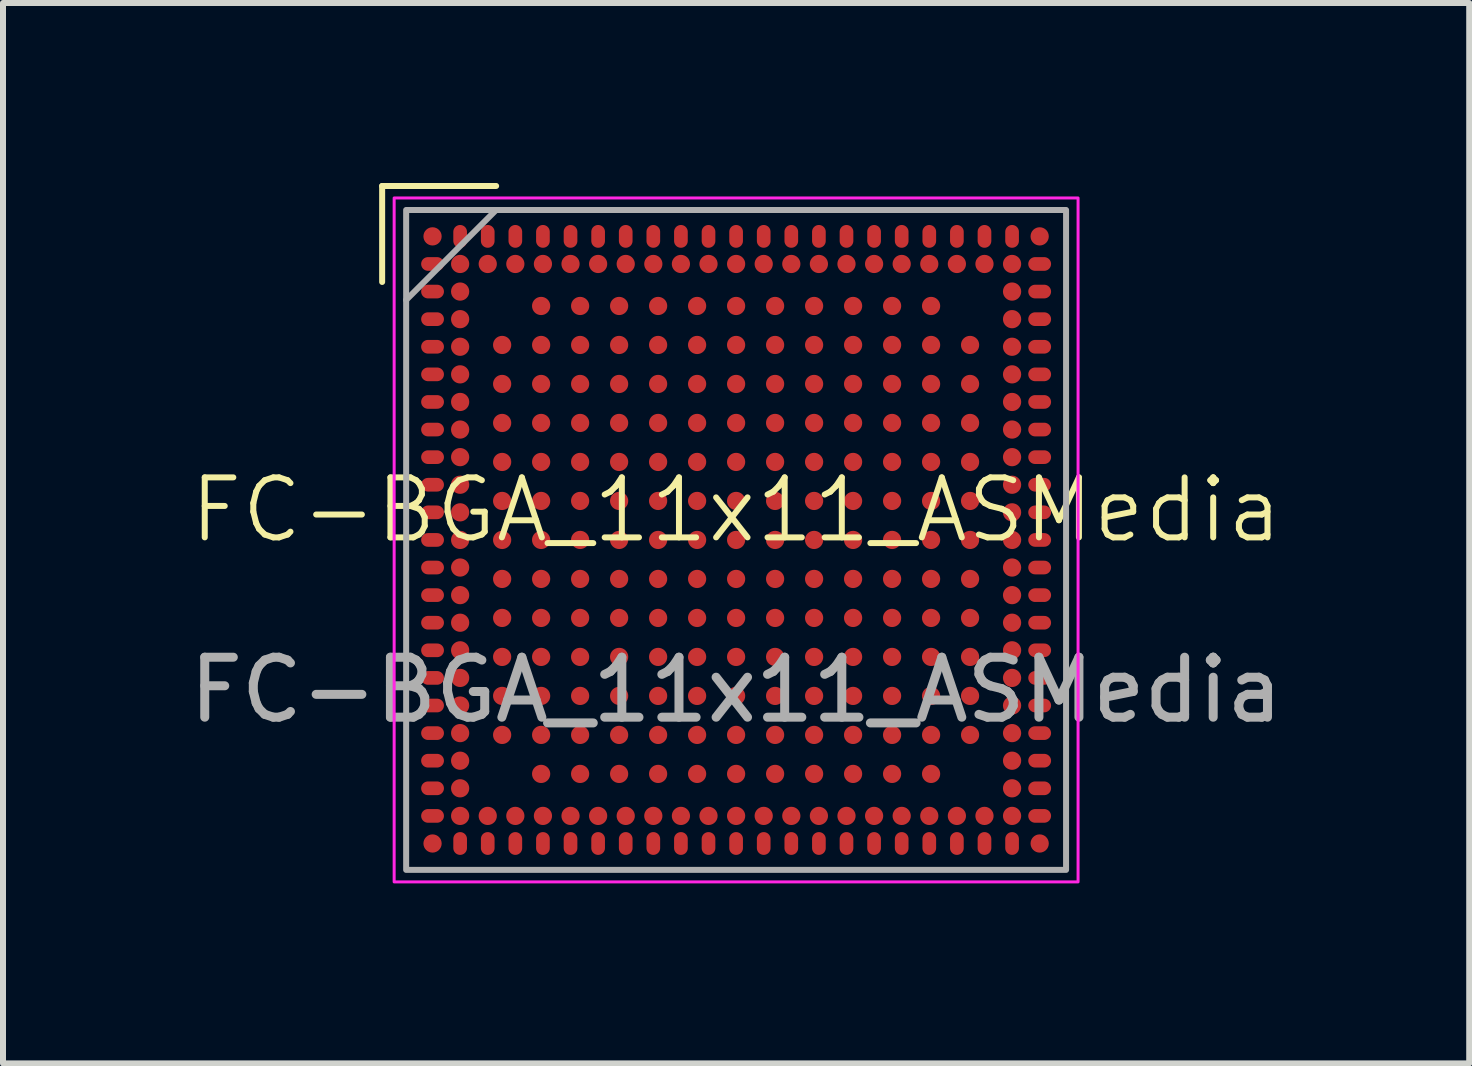
<source format=kicad_pcb>
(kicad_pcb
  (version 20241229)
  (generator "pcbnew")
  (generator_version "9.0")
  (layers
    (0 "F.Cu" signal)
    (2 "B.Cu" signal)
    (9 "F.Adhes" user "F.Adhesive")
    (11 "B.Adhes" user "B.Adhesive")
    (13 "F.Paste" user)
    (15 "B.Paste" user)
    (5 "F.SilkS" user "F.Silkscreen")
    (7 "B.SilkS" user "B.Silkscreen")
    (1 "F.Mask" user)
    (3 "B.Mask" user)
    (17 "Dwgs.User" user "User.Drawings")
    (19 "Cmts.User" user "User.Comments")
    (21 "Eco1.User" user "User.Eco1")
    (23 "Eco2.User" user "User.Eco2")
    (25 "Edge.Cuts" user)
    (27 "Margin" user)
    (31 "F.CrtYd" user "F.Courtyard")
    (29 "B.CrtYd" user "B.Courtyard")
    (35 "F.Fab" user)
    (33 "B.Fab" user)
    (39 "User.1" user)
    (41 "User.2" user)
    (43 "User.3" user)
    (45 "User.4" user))
  (footprint "FC-BGA_11x11_ASMedia"
    (layer "F.Cu")
    (at 9.22 5.95)
    (property "Reference" "FC-BGA_11x11_ASMedia" (at 0 -0.5 0) (unlocked yes) (layer "F.SilkS") (effects (font (size 1 1) (thickness 0.1))))
    (attr smd)
    (fp_line (start -5.9 -5.9) (end -5.9 -4.3) (stroke (width 0.1) (type default)) (layer "F.SilkS"))
    (fp_line (start -4 -5.9) (end -5.9 -5.9) (stroke (width 0.1) (type default)) (layer "F.SilkS"))
    (fp_rect (start -5.7 -5.7) (end 5.7 5.7) (stroke (width 0.05) (type default)) (fill no) (layer "F.CrtYd"))
    (fp_line (start -5.5 -4) (end -4 -5.5) (stroke (width 0.1) (type default)) (layer "F.Fab"))
    (fp_rect (start -5.5 -5.5) (end 5.5 5.5) (stroke (width 0.1) (type default)) (fill no) (layer "F.Fab"))
    (fp_text user "${REFERENCE}" (at 0 2.5 0) (unlocked yes) (layer "F.Fab") (effects (font (size 1 1) (thickness 0.15))))
    (pad "A1" smd circle (at -5.06 -5.06) (size 0.304 0.304) (layers "F.Cu" "F.Mask" "F.Paste"))
    (pad "A2" smd oval (at -4.6 -5.06) (size 0.228 0.38) (layers "F.Cu" "F.Mask" "F.Paste"))
    (pad "A3" smd oval (at -4.14 -5.06) (size 0.228 0.38) (layers "F.Cu" "F.Mask" "F.Paste"))
    (pad "A4" smd oval (at -3.68 -5.06) (size 0.228 0.38) (layers "F.Cu" "F.Mask" "F.Paste"))
    (pad "A5" smd oval (at -3.22 -5.06) (size 0.228 0.38) (layers "F.Cu" "F.Mask" "F.Paste"))
    (pad "A6" smd oval (at -2.76 -5.06) (size 0.228 0.38) (layers "F.Cu" "F.Mask" "F.Paste"))
    (pad "A7" smd oval (at -2.3 -5.06) (size 0.228 0.38) (layers "F.Cu" "F.Mask" "F.Paste"))
    (pad "A8" smd oval (at -1.84 -5.06) (size 0.228 0.38) (layers "F.Cu" "F.Mask" "F.Paste"))
    (pad "A9" smd oval (at -1.38 -5.06) (size 0.228 0.38) (layers "F.Cu" "F.Mask" "F.Paste"))
    (pad "A10" smd oval (at -0.92 -5.06) (size 0.228 0.38) (layers "F.Cu" "F.Mask" "F.Paste"))
    (pad "A11" smd oval (at -0.46 -5.06) (size 0.228 0.38) (layers "F.Cu" "F.Mask" "F.Paste"))
    (pad "A12" smd oval (at 0 -5.06) (size 0.228 0.38) (layers "F.Cu" "F.Mask" "F.Paste"))
    (pad "A13" smd oval (at 0.46 -5.06) (size 0.228 0.38) (layers "F.Cu" "F.Mask" "F.Paste"))
    (pad "A14" smd oval (at 0.92 -5.06) (size 0.228 0.38) (layers "F.Cu" "F.Mask" "F.Paste"))
    (pad "A15" smd oval (at 1.38 -5.06) (size 0.228 0.38) (layers "F.Cu" "F.Mask" "F.Paste"))
    (pad "A16" smd oval (at 1.84 -5.06) (size 0.228 0.38) (layers "F.Cu" "F.Mask" "F.Paste"))
    (pad "A17" smd oval (at 2.3 -5.06) (size 0.228 0.38) (layers "F.Cu" "F.Mask" "F.Paste"))
    (pad "A18" smd oval (at 2.76 -5.06) (size 0.228 0.38) (layers "F.Cu" "F.Mask" "F.Paste"))
    (pad "A19" smd oval (at 3.22 -5.06) (size 0.228 0.38) (layers "F.Cu" "F.Mask" "F.Paste"))
    (pad "A20" smd oval (at 3.68 -5.06) (size 0.228 0.38) (layers "F.Cu" "F.Mask" "F.Paste"))
    (pad "A21" smd oval (at 4.14 -5.06) (size 0.228 0.38) (layers "F.Cu" "F.Mask" "F.Paste"))
    (pad "A22" smd oval (at 4.6 -5.06) (size 0.228 0.38) (layers "F.Cu" "F.Mask" "F.Paste"))
    (pad "A23" smd circle (at 5.06 -5.06) (size 0.304 0.304) (layers "F.Cu" "F.Mask" "F.Paste"))
    (pad "AA1" smd oval (at -5.06 4.14) (size 0.38 0.228) (layers "F.Cu" "F.Mask" "F.Paste"))
    (pad "AA2" smd circle (at -4.6 4.14) (size 0.304 0.304) (layers "F.Cu" "F.Mask" "F.Paste"))
    (pad "AA22" smd circle (at 4.6 4.14) (size 0.304 0.304) (layers "F.Cu" "F.Mask" "F.Paste"))
    (pad "AA23" smd oval (at 5.06 4.14) (size 0.38 0.228) (layers "F.Cu" "F.Mask" "F.Paste"))
    (pad "AB1" smd oval (at -5.06 4.6) (size 0.38 0.228) (layers "F.Cu" "F.Mask" "F.Paste"))
    (pad "AB2" smd circle (at -4.6 4.6) (size 0.304 0.304) (layers "F.Cu" "F.Mask" "F.Paste"))
    (pad "AB3" smd circle (at -4.14 4.6) (size 0.304 0.304) (layers "F.Cu" "F.Mask" "F.Paste"))
    (pad "AB4" smd circle (at -3.68 4.6) (size 0.304 0.304) (layers "F.Cu" "F.Mask" "F.Paste"))
    (pad "AB5" smd circle (at -3.22 4.6) (size 0.304 0.304) (layers "F.Cu" "F.Mask" "F.Paste"))
    (pad "AB6" smd circle (at -2.76 4.6) (size 0.304 0.304) (layers "F.Cu" "F.Mask" "F.Paste"))
    (pad "AB7" smd circle (at -2.3 4.6) (size 0.304 0.304) (layers "F.Cu" "F.Mask" "F.Paste"))
    (pad "AB8" smd circle (at -1.84 4.6) (size 0.304 0.304) (layers "F.Cu" "F.Mask" "F.Paste"))
    (pad "AB9" smd circle (at -1.38 4.6) (size 0.304 0.304) (layers "F.Cu" "F.Mask" "F.Paste"))
    (pad "AB10" smd circle (at -0.92 4.6) (size 0.304 0.304) (layers "F.Cu" "F.Mask" "F.Paste"))
    (pad "AB11" smd circle (at -0.46 4.6) (size 0.304 0.304) (layers "F.Cu" "F.Mask" "F.Paste"))
    (pad "AB12" smd circle (at 0 4.6) (size 0.304 0.304) (layers "F.Cu" "F.Mask" "F.Paste"))
    (pad "AB13" smd circle (at 0.46 4.6) (size 0.304 0.304) (layers "F.Cu" "F.Mask" "F.Paste"))
    (pad "AB14" smd circle (at 0.92 4.6) (size 0.304 0.304) (layers "F.Cu" "F.Mask" "F.Paste"))
    (pad "AB15" smd circle (at 1.38 4.6) (size 0.304 0.304) (layers "F.Cu" "F.Mask" "F.Paste"))
    (pad "AB16" smd circle (at 1.84 4.6) (size 0.304 0.304) (layers "F.Cu" "F.Mask" "F.Paste"))
    (pad "AB17" smd circle (at 2.3 4.6) (size 0.304 0.304) (layers "F.Cu" "F.Mask" "F.Paste"))
    (pad "AB18" smd circle (at 2.76 4.6) (size 0.304 0.304) (layers "F.Cu" "F.Mask" "F.Paste"))
    (pad "AB19" smd circle (at 3.22 4.6) (size 0.304 0.304) (layers "F.Cu" "F.Mask" "F.Paste"))
    (pad "AB20" smd circle (at 3.68 4.6) (size 0.304 0.304) (layers "F.Cu" "F.Mask" "F.Paste"))
    (pad "AB21" smd circle (at 4.14 4.6) (size 0.304 0.304) (layers "F.Cu" "F.Mask" "F.Paste"))
    (pad "AB22" smd circle (at 4.6 4.6) (size 0.304 0.304) (layers "F.Cu" "F.Mask" "F.Paste"))
    (pad "AB23" smd oval (at 5.06 4.6) (size 0.38 0.228) (layers "F.Cu" "F.Mask" "F.Paste"))
    (pad "AC1" smd circle (at -5.06 5.06) (size 0.304 0.304) (layers "F.Cu" "F.Mask" "F.Paste"))
    (pad "AC2" smd oval (at -4.6 5.06) (size 0.228 0.38) (layers "F.Cu" "F.Mask" "F.Paste"))
    (pad "AC3" smd oval (at -4.14 5.06) (size 0.228 0.38) (layers "F.Cu" "F.Mask" "F.Paste"))
    (pad "AC4" smd oval (at -3.68 5.06) (size 0.228 0.38) (layers "F.Cu" "F.Mask" "F.Paste"))
    (pad "AC5" smd oval (at -3.22 5.06) (size 0.228 0.38) (layers "F.Cu" "F.Mask" "F.Paste"))
    (pad "AC6" smd oval (at -2.76 5.06) (size 0.228 0.38) (layers "F.Cu" "F.Mask" "F.Paste"))
    (pad "AC7" smd oval (at -2.3 5.06) (size 0.228 0.38) (layers "F.Cu" "F.Mask" "F.Paste"))
    (pad "AC8" smd oval (at -1.84 5.06) (size 0.228 0.38) (layers "F.Cu" "F.Mask" "F.Paste"))
    (pad "AC9" smd oval (at -1.38 5.06) (size 0.228 0.38) (layers "F.Cu" "F.Mask" "F.Paste"))
    (pad "AC10" smd oval (at -0.92 5.06) (size 0.228 0.38) (layers "F.Cu" "F.Mask" "F.Paste"))
    (pad "AC11" smd oval (at -0.46 5.06) (size 0.228 0.38) (layers "F.Cu" "F.Mask" "F.Paste"))
    (pad "AC12" smd oval (at 0 5.06) (size 0.228 0.38) (layers "F.Cu" "F.Mask" "F.Paste"))
    (pad "AC13" smd oval (at 0.46 5.06) (size 0.228 0.38) (layers "F.Cu" "F.Mask" "F.Paste"))
    (pad "AC14" smd oval (at 0.92 5.06) (size 0.228 0.38) (layers "F.Cu" "F.Mask" "F.Paste"))
    (pad "AC15" smd oval (at 1.38 5.06) (size 0.228 0.38) (layers "F.Cu" "F.Mask" "F.Paste"))
    (pad "AC16" smd oval (at 1.84 5.06) (size 0.228 0.38) (layers "F.Cu" "F.Mask" "F.Paste"))
    (pad "AC17" smd oval (at 2.3 5.06) (size 0.228 0.38) (layers "F.Cu" "F.Mask" "F.Paste"))
    (pad "AC18" smd oval (at 2.76 5.06) (size 0.228 0.38) (layers "F.Cu" "F.Mask" "F.Paste"))
    (pad "AC19" smd oval (at 3.22 5.06) (size 0.228 0.38) (layers "F.Cu" "F.Mask" "F.Paste"))
    (pad "AC20" smd oval (at 3.68 5.06) (size 0.228 0.38) (layers "F.Cu" "F.Mask" "F.Paste"))
    (pad "AC21" smd oval (at 4.14 5.06) (size 0.228 0.38) (layers "F.Cu" "F.Mask" "F.Paste"))
    (pad "AC22" smd oval (at 4.6 5.06) (size 0.228 0.38) (layers "F.Cu" "F.Mask" "F.Paste"))
    (pad "AC23" smd circle (at 5.06 5.06) (size 0.304 0.304) (layers "F.Cu" "F.Mask" "F.Paste"))
    (pad "B1" smd oval (at -5.06 -4.6) (size 0.38 0.228) (layers "F.Cu" "F.Mask" "F.Paste"))
    (pad "B2" smd circle (at -4.6 -4.6) (size 0.304 0.304) (layers "F.Cu" "F.Mask" "F.Paste"))
    (pad "B3" smd circle (at -4.14 -4.6) (size 0.304 0.304) (layers "F.Cu" "F.Mask" "F.Paste"))
    (pad "B4" smd circle (at -3.68 -4.6) (size 0.304 0.304) (layers "F.Cu" "F.Mask" "F.Paste"))
    (pad "B5" smd circle (at -3.22 -4.6) (size 0.304 0.304) (layers "F.Cu" "F.Mask" "F.Paste"))
    (pad "B6" smd circle (at -2.76 -4.6) (size 0.304 0.304) (layers "F.Cu" "F.Mask" "F.Paste"))
    (pad "B7" smd circle (at -2.3 -4.6) (size 0.304 0.304) (layers "F.Cu" "F.Mask" "F.Paste"))
    (pad "B8" smd circle (at -1.84 -4.6) (size 0.304 0.304) (layers "F.Cu" "F.Mask" "F.Paste"))
    (pad "B9" smd circle (at -1.38 -4.6) (size 0.304 0.304) (layers "F.Cu" "F.Mask" "F.Paste"))
    (pad "B10" smd circle (at -0.92 -4.6) (size 0.304 0.304) (layers "F.Cu" "F.Mask" "F.Paste"))
    (pad "B11" smd circle (at -0.46 -4.6) (size 0.304 0.304) (layers "F.Cu" "F.Mask" "F.Paste"))
    (pad "B12" smd circle (at 0 -4.6) (size 0.304 0.304) (layers "F.Cu" "F.Mask" "F.Paste"))
    (pad "B13" smd circle (at 0.46 -4.6) (size 0.304 0.304) (layers "F.Cu" "F.Mask" "F.Paste"))
    (pad "B14" smd circle (at 0.92 -4.6) (size 0.304 0.304) (layers "F.Cu" "F.Mask" "F.Paste"))
    (pad "B15" smd circle (at 1.38 -4.6) (size 0.304 0.304) (layers "F.Cu" "F.Mask" "F.Paste"))
    (pad "B16" smd circle (at 1.84 -4.6) (size 0.304 0.304) (layers "F.Cu" "F.Mask" "F.Paste"))
    (pad "B17" smd circle (at 2.3 -4.6) (size 0.304 0.304) (layers "F.Cu" "F.Mask" "F.Paste"))
    (pad "B18" smd circle (at 2.76 -4.6) (size 0.304 0.304) (layers "F.Cu" "F.Mask" "F.Paste"))
    (pad "B19" smd circle (at 3.22 -4.6) (size 0.304 0.304) (layers "F.Cu" "F.Mask" "F.Paste"))
    (pad "B20" smd circle (at 3.68 -4.6) (size 0.304 0.304) (layers "F.Cu" "F.Mask" "F.Paste"))
    (pad "B21" smd circle (at 4.14 -4.6) (size 0.304 0.304) (layers "F.Cu" "F.Mask" "F.Paste"))
    (pad "B22" smd circle (at 4.6 -4.6) (size 0.304 0.304) (layers "F.Cu" "F.Mask" "F.Paste"))
    (pad "B23" smd oval (at 5.06 -4.6) (size 0.38 0.228) (layers "F.Cu" "F.Mask" "F.Paste"))
    (pad "C1" smd oval (at -5.06 -4.14) (size 0.38 0.228) (layers "F.Cu" "F.Mask" "F.Paste"))
    (pad "C2" smd circle (at -4.6 -4.14) (size 0.304 0.304) (layers "F.Cu" "F.Mask" "F.Paste"))
    (pad "C22" smd circle (at 4.6 -4.14) (size 0.304 0.304) (layers "F.Cu" "F.Mask" "F.Paste"))
    (pad "C23" smd oval (at 5.06 -4.14) (size 0.38 0.228) (layers "F.Cu" "F.Mask" "F.Paste"))
    (pad "D1" smd oval (at -5.06 -3.68) (size 0.38 0.228) (layers "F.Cu" "F.Mask" "F.Paste"))
    (pad "D2" smd circle (at -4.6 -3.68) (size 0.304 0.304) (layers "F.Cu" "F.Mask" "F.Paste"))
    (pad "D5" smd circle (at -3.25 -3.9) (size 0.304 0.304) (layers "F.Cu" "F.Mask" "F.Paste"))
    (pad "D6" smd circle (at -2.6 -3.9) (size 0.304 0.304) (layers "F.Cu" "F.Mask" "F.Paste"))
    (pad "D8" smd circle (at -1.95 -3.9) (size 0.304 0.304) (layers "F.Cu" "F.Mask" "F.Paste"))
    (pad "D9" smd circle (at -1.3 -3.9) (size 0.304 0.304) (layers "F.Cu" "F.Mask" "F.Paste"))
    (pad "D11" smd circle (at -0.65 -3.9) (size 0.304 0.304) (layers "F.Cu" "F.Mask" "F.Paste"))
    (pad "D12" smd circle (at 0 -3.9 90) (size 0.304 0.304) (layers "F.Cu" "F.Mask" "F.Paste"))
    (pad "D13" smd circle (at 0.65 -3.9) (size 0.304 0.304) (layers "F.Cu" "F.Mask" "F.Paste"))
    (pad "D15" smd circle (at 1.3 -3.9) (size 0.304 0.304) (layers "F.Cu" "F.Mask" "F.Paste"))
    (pad "D16" smd circle (at 1.95 -3.9) (size 0.304 0.304) (layers "F.Cu" "F.Mask" "F.Paste"))
    (pad "D18" smd circle (at 2.6 -3.9) (size 0.304 0.304) (layers "F.Cu" "F.Mask" "F.Paste"))
    (pad "D19" smd circle (at 3.25 -3.9) (size 0.304 0.304) (layers "F.Cu" "F.Mask" "F.Paste"))
    (pad "D22" smd circle (at 4.6 -3.68) (size 0.304 0.304) (layers "F.Cu" "F.Mask" "F.Paste"))
    (pad "D23" smd oval (at 5.06 -3.68) (size 0.38 0.228) (layers "F.Cu" "F.Mask" "F.Paste"))
    (pad "E1" smd oval (at -5.06 -3.22) (size 0.38 0.228) (layers "F.Cu" "F.Mask" "F.Paste"))
    (pad "E2" smd circle (at -4.6 -3.22) (size 0.304 0.304) (layers "F.Cu" "F.Mask" "F.Paste"))
    (pad "E4" smd circle (at -3.9 -3.25) (size 0.304 0.304) (layers "F.Cu" "F.Mask" "F.Paste"))
    (pad "E5" smd circle (at -3.25 -3.25) (size 0.304 0.304) (layers "F.Cu" "F.Mask" "F.Paste"))
    (pad "E6" smd circle (at -2.6 -3.25) (size 0.304 0.304) (layers "F.Cu" "F.Mask" "F.Paste"))
    (pad "E8" smd circle (at -1.95 -3.25) (size 0.304 0.304) (layers "F.Cu" "F.Mask" "F.Paste"))
    (pad "E9" smd circle (at -1.3 -3.25) (size 0.304 0.304) (layers "F.Cu" "F.Mask" "F.Paste"))
    (pad "E11" smd circle (at -0.65 -3.25) (size 0.304 0.304) (layers "F.Cu" "F.Mask" "F.Paste"))
    (pad "E12" smd circle (at 0 -3.25) (size 0.304 0.304) (layers "F.Cu" "F.Mask" "F.Paste"))
    (pad "E13" smd circle (at 0.65 -3.25) (size 0.304 0.304) (layers "F.Cu" "F.Mask" "F.Paste"))
    (pad "E15" smd circle (at 1.3 -3.25) (size 0.304 0.304) (layers "F.Cu" "F.Mask" "F.Paste"))
    (pad "E16" smd circle (at 1.95 -3.25) (size 0.304 0.304) (layers "F.Cu" "F.Mask" "F.Paste"))
    (pad "E18" smd circle (at 2.6 -3.25) (size 0.304 0.304) (layers "F.Cu" "F.Mask" "F.Paste"))
    (pad "E19" smd circle (at 3.25 -3.25) (size 0.304 0.304) (layers "F.Cu" "F.Mask" "F.Paste"))
    (pad "E20" smd circle (at 3.9 -3.25) (size 0.304 0.304) (layers "F.Cu" "F.Mask" "F.Paste"))
    (pad "E22" smd circle (at 4.6 -3.22) (size 0.304 0.304) (layers "F.Cu" "F.Mask" "F.Paste"))
    (pad "E23" smd oval (at 5.06 -3.22) (size 0.38 0.228) (layers "F.Cu" "F.Mask" "F.Paste"))
    (pad "F1" smd oval (at -5.06 -2.76) (size 0.38 0.228) (layers "F.Cu" "F.Mask" "F.Paste"))
    (pad "F2" smd circle (at -4.6 -2.76) (size 0.304 0.304) (layers "F.Cu" "F.Mask" "F.Paste"))
    (pad "F4" smd circle (at -3.9 -2.6) (size 0.304 0.304) (layers "F.Cu" "F.Mask" "F.Paste"))
    (pad "F5" smd circle (at -3.25 -2.6) (size 0.304 0.304) (layers "F.Cu" "F.Mask" "F.Paste"))
    (pad "F6" smd circle (at -2.6 -2.6) (size 0.304 0.304) (layers "F.Cu" "F.Mask" "F.Paste"))
    (pad "F8" smd circle (at -1.95 -2.6) (size 0.304 0.304) (layers "F.Cu" "F.Mask" "F.Paste"))
    (pad "F9" smd circle (at -1.3 -2.6) (size 0.304 0.304) (layers "F.Cu" "F.Mask" "F.Paste"))
    (pad "F11" smd circle (at -0.65 -2.6) (size 0.304 0.304) (layers "F.Cu" "F.Mask" "F.Paste"))
    (pad "F12" smd circle (at 0 -2.6) (size 0.304 0.304) (layers "F.Cu" "F.Mask" "F.Paste"))
    (pad "F13" smd circle (at 0.65 -2.6) (size 0.304 0.304) (layers "F.Cu" "F.Mask" "F.Paste"))
    (pad "F15" smd circle (at 1.3 -2.6) (size 0.304 0.304) (layers "F.Cu" "F.Mask" "F.Paste"))
    (pad "F16" smd circle (at 1.95 -2.6) (size 0.304 0.304) (layers "F.Cu" "F.Mask" "F.Paste"))
    (pad "F18" smd circle (at 2.6 -2.6) (size 0.304 0.304) (layers "F.Cu" "F.Mask" "F.Paste"))
    (pad "F19" smd circle (at 3.25 -2.6) (size 0.304 0.304) (layers "F.Cu" "F.Mask" "F.Paste"))
    (pad "F20" smd circle (at 3.9 -2.6) (size 0.304 0.304) (layers "F.Cu" "F.Mask" "F.Paste"))
    (pad "F22" smd circle (at 4.6 -2.76) (size 0.304 0.304) (layers "F.Cu" "F.Mask" "F.Paste"))
    (pad "F23" smd oval (at 5.06 -2.76) (size 0.38 0.228) (layers "F.Cu" "F.Mask" "F.Paste"))
    (pad "G1" smd oval (at -5.06 -2.3) (size 0.38 0.228) (layers "F.Cu" "F.Mask" "F.Paste"))
    (pad "G2" smd circle (at -4.6 -2.3) (size 0.304 0.304) (layers "F.Cu" "F.Mask" "F.Paste"))
    (pad "G22" smd circle (at 4.6 -2.3) (size 0.304 0.304) (layers "F.Cu" "F.Mask" "F.Paste"))
    (pad "G23" smd oval (at 5.06 -2.3) (size 0.38 0.228) (layers "F.Cu" "F.Mask" "F.Paste"))
    (pad "H1" smd oval (at -5.06 -1.84) (size 0.38 0.228) (layers "F.Cu" "F.Mask" "F.Paste"))
    (pad "H2" smd circle (at -4.6 -1.84) (size 0.304 0.304) (layers "F.Cu" "F.Mask" "F.Paste"))
    (pad "H4" smd circle (at -3.9 -1.95) (size 0.304 0.304) (layers "F.Cu" "F.Mask" "F.Paste"))
    (pad "H5" smd circle (at -3.25 -1.95) (size 0.304 0.304) (layers "F.Cu" "F.Mask" "F.Paste"))
    (pad "H6" smd circle (at -2.6 -1.95) (size 0.304 0.304) (layers "F.Cu" "F.Mask" "F.Paste"))
    (pad "H8" smd circle (at -1.95 -1.95) (size 0.304 0.304) (layers "F.Cu" "F.Mask" "F.Paste"))
    (pad "H9" smd circle (at -1.3 -1.95) (size 0.304 0.304) (layers "F.Cu" "F.Mask" "F.Paste"))
    (pad "H11" smd circle (at -0.65 -1.95) (size 0.304 0.304) (layers "F.Cu" "F.Mask" "F.Paste"))
    (pad "H12" smd circle (at 0 -1.95) (size 0.304 0.304) (layers "F.Cu" "F.Mask" "F.Paste"))
    (pad "H13" smd circle (at 0.65 -1.95) (size 0.304 0.304) (layers "F.Cu" "F.Mask" "F.Paste"))
    (pad "H15" smd circle (at 1.3 -1.95) (size 0.304 0.304) (layers "F.Cu" "F.Mask" "F.Paste"))
    (pad "H16" smd circle (at 1.95 -1.95) (size 0.304 0.304) (layers "F.Cu" "F.Mask" "F.Paste"))
    (pad "H18" smd circle (at 2.6 -1.95) (size 0.304 0.304) (layers "F.Cu" "F.Mask" "F.Paste"))
    (pad "H19" smd circle (at 3.25 -1.95) (size 0.304 0.304) (layers "F.Cu" "F.Mask" "F.Paste"))
    (pad "H20" smd circle (at 3.9 -1.95) (size 0.304 0.304) (layers "F.Cu" "F.Mask" "F.Paste"))
    (pad "H22" smd circle (at 4.6 -1.84) (size 0.304 0.304) (layers "F.Cu" "F.Mask" "F.Paste"))
    (pad "H23" smd oval (at 5.06 -1.84) (size 0.38 0.228) (layers "F.Cu" "F.Mask" "F.Paste"))
    (pad "J1" smd oval (at -5.06 -1.38) (size 0.38 0.228) (layers "F.Cu" "F.Mask" "F.Paste"))
    (pad "J2" smd circle (at -4.6 -1.38) (size 0.304 0.304) (layers "F.Cu" "F.Mask" "F.Paste"))
    (pad "J4" smd circle (at -3.9 -1.3) (size 0.304 0.304) (layers "F.Cu" "F.Mask" "F.Paste"))
    (pad "J5" smd circle (at -3.25 -1.3) (size 0.304 0.304) (layers "F.Cu" "F.Mask" "F.Paste"))
    (pad "J6" smd circle (at -2.6 -1.3) (size 0.304 0.304) (layers "F.Cu" "F.Mask" "F.Paste"))
    (pad "J8" smd circle (at -1.95 -1.3) (size 0.304 0.304) (layers "F.Cu" "F.Mask" "F.Paste"))
    (pad "J9" smd circle (at -1.3 -1.3) (size 0.304 0.304) (layers "F.Cu" "F.Mask" "F.Paste"))
    (pad "J11" smd circle (at -0.65 -1.3) (size 0.304 0.304) (layers "F.Cu" "F.Mask" "F.Paste"))
    (pad "J12" smd circle (at 0 -1.3) (size 0.304 0.304) (layers "F.Cu" "F.Mask" "F.Paste"))
    (pad "J13" smd circle (at 0.65 -1.3) (size 0.304 0.304) (layers "F.Cu" "F.Mask" "F.Paste"))
    (pad "J15" smd circle (at 1.3 -1.3) (size 0.304 0.304) (layers "F.Cu" "F.Mask" "F.Paste"))
    (pad "J16" smd circle (at 1.95 -1.3) (size 0.304 0.304) (layers "F.Cu" "F.Mask" "F.Paste"))
    (pad "J18" smd circle (at 2.6 -1.3) (size 0.304 0.304) (layers "F.Cu" "F.Mask" "F.Paste"))
    (pad "J19" smd circle (at 3.25 -1.3) (size 0.304 0.304) (layers "F.Cu" "F.Mask" "F.Paste"))
    (pad "J20" smd circle (at 3.9 -1.3) (size 0.304 0.304) (layers "F.Cu" "F.Mask" "F.Paste"))
    (pad "J22" smd circle (at 4.6 -1.38) (size 0.304 0.304) (layers "F.Cu" "F.Mask" "F.Paste"))
    (pad "J23" smd oval (at 5.06 -1.38) (size 0.38 0.228) (layers "F.Cu" "F.Mask" "F.Paste"))
    (pad "K1" smd oval (at -5.06 -0.92) (size 0.38 0.228) (layers "F.Cu" "F.Mask" "F.Paste"))
    (pad "K2" smd circle (at -4.6 -0.92) (size 0.304 0.304) (layers "F.Cu" "F.Mask" "F.Paste"))
    (pad "K22" smd circle (at 4.6 -0.92) (size 0.304 0.304) (layers "F.Cu" "F.Mask" "F.Paste"))
    (pad "K23" smd oval (at 5.06 -0.92) (size 0.38 0.228) (layers "F.Cu" "F.Mask" "F.Paste"))
    (pad "L1" smd oval (at -5.06 -0.46) (size 0.38 0.228) (layers "F.Cu" "F.Mask" "F.Paste"))
    (pad "L2" smd circle (at -4.6 -0.46) (size 0.304 0.304) (layers "F.Cu" "F.Mask" "F.Paste"))
    (pad "L4" smd circle (at -3.9 -0.65) (size 0.304 0.304) (layers "F.Cu" "F.Mask" "F.Paste"))
    (pad "L5" smd circle (at -3.25 -0.65) (size 0.304 0.304) (layers "F.Cu" "F.Mask" "F.Paste"))
    (pad "L6" smd circle (at -2.6 -0.65) (size 0.304 0.304) (layers "F.Cu" "F.Mask" "F.Paste"))
    (pad "L8" smd circle (at -1.95 -0.65) (size 0.304 0.304) (layers "F.Cu" "F.Mask" "F.Paste"))
    (pad "L9" smd circle (at -1.3 -0.65) (size 0.304 0.304) (layers "F.Cu" "F.Mask" "F.Paste"))
    (pad "L11" smd circle (at -0.65 -0.65) (size 0.304 0.304) (layers "F.Cu" "F.Mask" "F.Paste"))
    (pad "L12" smd circle (at 0 -0.65) (size 0.304 0.304) (layers "F.Cu" "F.Mask" "F.Paste"))
    (pad "L13" smd circle (at 0.65 -0.65) (size 0.304 0.304) (layers "F.Cu" "F.Mask" "F.Paste"))
    (pad "L15" smd circle (at 1.3 -0.65) (size 0.304 0.304) (layers "F.Cu" "F.Mask" "F.Paste"))
    (pad "L16" smd circle (at 1.95 -0.65) (size 0.304 0.304) (layers "F.Cu" "F.Mask" "F.Paste"))
    (pad "L18" smd circle (at 2.6 -0.65) (size 0.304 0.304) (layers "F.Cu" "F.Mask" "F.Paste"))
    (pad "L19" smd circle (at 3.25 -0.65) (size 0.304 0.304) (layers "F.Cu" "F.Mask" "F.Paste"))
    (pad "L20" smd circle (at 3.9 -0.65) (size 0.304 0.304) (layers "F.Cu" "F.Mask" "F.Paste"))
    (pad "L22" smd circle (at 4.6 -0.46) (size 0.304 0.304) (layers "F.Cu" "F.Mask" "F.Paste"))
    (pad "L23" smd oval (at 5.06 -0.46) (size 0.38 0.228) (layers "F.Cu" "F.Mask" "F.Paste"))
    (pad "M1" smd oval (at -5.06 0) (size 0.38 0.228) (layers "F.Cu" "F.Mask" "F.Paste"))
    (pad "M2" smd circle (at -4.6 0) (size 0.304 0.304) (layers "F.Cu" "F.Mask" "F.Paste"))
    (pad "M4" smd circle (at -3.9 0) (size 0.304 0.304) (layers "F.Cu" "F.Mask" "F.Paste"))
    (pad "M5" smd circle (at -3.25 0) (size 0.304 0.304) (layers "F.Cu" "F.Mask" "F.Paste"))
    (pad "M6" smd circle (at -2.6 0) (size 0.304 0.304) (layers "F.Cu" "F.Mask" "F.Paste"))
    (pad "M8" smd circle (at -1.95 0) (size 0.304 0.304) (layers "F.Cu" "F.Mask" "F.Paste"))
    (pad "M9" smd circle (at -1.3 0) (size 0.304 0.304) (layers "F.Cu" "F.Mask" "F.Paste"))
    (pad "M11" smd circle (at -0.65 0) (size 0.304 0.304) (layers "F.Cu" "F.Mask" "F.Paste"))
    (pad "M12" smd circle (at 0 0) (size 0.304 0.304) (layers "F.Cu" "F.Mask" "F.Paste"))
    (pad "M13" smd circle (at 0.65 0) (size 0.304 0.304) (layers "F.Cu" "F.Mask" "F.Paste"))
    (pad "M15" smd circle (at 1.3 0) (size 0.304 0.304) (layers "F.Cu" "F.Mask" "F.Paste"))
    (pad "M16" smd circle (at 1.95 0) (size 0.304 0.304) (layers "F.Cu" "F.Mask" "F.Paste"))
    (pad "M18" smd circle (at 2.6 0) (size 0.304 0.304) (layers "F.Cu" "F.Mask" "F.Paste"))
    (pad "M19" smd circle (at 3.25 0) (size 0.304 0.304) (layers "F.Cu" "F.Mask" "F.Paste"))
    (pad "M20" smd circle (at 3.9 0) (size 0.304 0.304) (layers "F.Cu" "F.Mask" "F.Paste"))
    (pad "M22" smd circle (at 4.6 0) (size 0.304 0.304) (layers "F.Cu" "F.Mask" "F.Paste"))
    (pad "M23" smd oval (at 5.06 0) (size 0.38 0.228) (layers "F.Cu" "F.Mask" "F.Paste"))
    (pad "N1" smd oval (at -5.06 0.46) (size 0.38 0.228) (layers "F.Cu" "F.Mask" "F.Paste"))
    (pad "N2" smd circle (at -4.6 0.46) (size 0.304 0.304) (layers "F.Cu" "F.Mask" "F.Paste"))
    (pad "N4" smd circle (at -3.9 0.65) (size 0.304 0.304) (layers "F.Cu" "F.Mask" "F.Paste"))
    (pad "N5" smd circle (at -3.25 0.65) (size 0.304 0.304) (layers "F.Cu" "F.Mask" "F.Paste"))
    (pad "N6" smd circle (at -2.6 0.65) (size 0.304 0.304) (layers "F.Cu" "F.Mask" "F.Paste"))
    (pad "N8" smd circle (at -1.95 0.65) (size 0.304 0.304) (layers "F.Cu" "F.Mask" "F.Paste"))
    (pad "N9" smd circle (at -1.3 0.65) (size 0.304 0.304) (layers "F.Cu" "F.Mask" "F.Paste"))
    (pad "N11" smd circle (at -0.65 0.65) (size 0.304 0.304) (layers "F.Cu" "F.Mask" "F.Paste"))
    (pad "N12" smd circle (at 0 0.65) (size 0.304 0.304) (layers "F.Cu" "F.Mask" "F.Paste"))
    (pad "N13" smd circle (at 0.65 0.65) (size 0.304 0.304) (layers "F.Cu" "F.Mask" "F.Paste"))
    (pad "N15" smd circle (at 1.3 0.65) (size 0.304 0.304) (layers "F.Cu" "F.Mask" "F.Paste"))
    (pad "N16" smd circle (at 1.95 0.65) (size 0.304 0.304) (layers "F.Cu" "F.Mask" "F.Paste"))
    (pad "N18" smd circle (at 2.6 0.65) (size 0.304 0.304) (layers "F.Cu" "F.Mask" "F.Paste"))
    (pad "N19" smd circle (at 3.25 0.65) (size 0.304 0.304) (layers "F.Cu" "F.Mask" "F.Paste"))
    (pad "N20" smd circle (at 3.9 0.65) (size 0.304 0.304) (layers "F.Cu" "F.Mask" "F.Paste"))
    (pad "N22" smd circle (at 4.6 0.46) (size 0.304 0.304) (layers "F.Cu" "F.Mask" "F.Paste"))
    (pad "N23" smd oval (at 5.06 0.46) (size 0.38 0.228) (layers "F.Cu" "F.Mask" "F.Paste"))
    (pad "P1" smd oval (at -5.06 0.92) (size 0.38 0.228) (layers "F.Cu" "F.Mask" "F.Paste"))
    (pad "P2" smd circle (at -4.6 0.92) (size 0.304 0.304) (layers "F.Cu" "F.Mask" "F.Paste"))
    (pad "P22" smd circle (at 4.6 0.92) (size 0.304 0.304) (layers "F.Cu" "F.Mask" "F.Paste"))
    (pad "P23" smd oval (at 5.06 0.92) (size 0.38 0.228) (layers "F.Cu" "F.Mask" "F.Paste"))
    (pad "R1" smd oval (at -5.06 1.38) (size 0.38 0.228) (layers "F.Cu" "F.Mask" "F.Paste"))
    (pad "R2" smd circle (at -4.6 1.38) (size 0.304 0.304) (layers "F.Cu" "F.Mask" "F.Paste"))
    (pad "R4" smd circle (at -3.9 1.3) (size 0.304 0.304) (layers "F.Cu" "F.Mask" "F.Paste"))
    (pad "R5" smd circle (at -3.25 1.3) (size 0.304 0.304) (layers "F.Cu" "F.Mask" "F.Paste"))
    (pad "R6" smd circle (at -2.6 1.3) (size 0.304 0.304) (layers "F.Cu" "F.Mask" "F.Paste"))
    (pad "R8" smd circle (at -1.95 1.3) (size 0.304 0.304) (layers "F.Cu" "F.Mask" "F.Paste"))
    (pad "R9" smd circle (at -1.3 1.3) (size 0.304 0.304) (layers "F.Cu" "F.Mask" "F.Paste"))
    (pad "R11" smd circle (at -0.65 1.3) (size 0.304 0.304) (layers "F.Cu" "F.Mask" "F.Paste"))
    (pad "R12" smd circle (at 0 1.3) (size 0.304 0.304) (layers "F.Cu" "F.Mask" "F.Paste"))
    (pad "R13" smd circle (at 0.65 1.3) (size 0.304 0.304) (layers "F.Cu" "F.Mask" "F.Paste"))
    (pad "R15" smd circle (at 1.3 1.3) (size 0.304 0.304) (layers "F.Cu" "F.Mask" "F.Paste"))
    (pad "R16" smd circle (at 1.95 1.3) (size 0.304 0.304) (layers "F.Cu" "F.Mask" "F.Paste"))
    (pad "R18" smd circle (at 2.6 1.3) (size 0.304 0.304) (layers "F.Cu" "F.Mask" "F.Paste"))
    (pad "R19" smd circle (at 3.25 1.3) (size 0.304 0.304) (layers "F.Cu" "F.Mask" "F.Paste"))
    (pad "R20" smd circle (at 3.9 1.3) (size 0.304 0.304) (layers "F.Cu" "F.Mask" "F.Paste"))
    (pad "R22" smd circle (at 4.6 1.38) (size 0.304 0.304) (layers "F.Cu" "F.Mask" "F.Paste"))
    (pad "R23" smd oval (at 5.06 1.38) (size 0.38 0.228) (layers "F.Cu" "F.Mask" "F.Paste"))
    (pad "T1" smd oval (at -5.06 1.84) (size 0.38 0.228) (layers "F.Cu" "F.Mask" "F.Paste"))
    (pad "T2" smd circle (at -4.6 1.84) (size 0.304 0.304) (layers "F.Cu" "F.Mask" "F.Paste"))
    (pad "T4" smd circle (at -3.9 1.95) (size 0.304 0.304) (layers "F.Cu" "F.Mask" "F.Paste"))
    (pad "T5" smd circle (at -3.25 1.95) (size 0.304 0.304) (layers "F.Cu" "F.Mask" "F.Paste"))
    (pad "T6" smd circle (at -2.6 1.95) (size 0.304 0.304) (layers "F.Cu" "F.Mask" "F.Paste"))
    (pad "T8" smd circle (at -1.95 1.95) (size 0.304 0.304) (layers "F.Cu" "F.Mask" "F.Paste"))
    (pad "T9" smd circle (at -1.3 1.95) (size 0.304 0.304) (layers "F.Cu" "F.Mask" "F.Paste"))
    (pad "T11" smd circle (at -0.65 1.95) (size 0.304 0.304) (layers "F.Cu" "F.Mask" "F.Paste"))
    (pad "T12" smd circle (at 0 1.95) (size 0.304 0.304) (layers "F.Cu" "F.Mask" "F.Paste"))
    (pad "T13" smd circle (at 0.65 1.95) (size 0.304 0.304) (layers "F.Cu" "F.Mask" "F.Paste"))
    (pad "T15" smd circle (at 1.3 1.95) (size 0.304 0.304) (layers "F.Cu" "F.Mask" "F.Paste"))
    (pad "T16" smd circle (at 1.95 1.95) (size 0.304 0.304) (layers "F.Cu" "F.Mask" "F.Paste"))
    (pad "T18" smd circle (at 2.6 1.95) (size 0.304 0.304) (layers "F.Cu" "F.Mask" "F.Paste"))
    (pad "T19" smd circle (at 3.25 1.95) (size 0.304 0.304) (layers "F.Cu" "F.Mask" "F.Paste"))
    (pad "T20" smd circle (at 3.9 1.95) (size 0.304 0.304) (layers "F.Cu" "F.Mask" "F.Paste"))
    (pad "T22" smd circle (at 4.6 1.84) (size 0.304 0.304) (layers "F.Cu" "F.Mask" "F.Paste"))
    (pad "T23" smd oval (at 5.06 1.84) (size 0.38 0.228) (layers "F.Cu" "F.Mask" "F.Paste"))
    (pad "U1" smd oval (at -5.06 2.3) (size 0.38 0.228) (layers "F.Cu" "F.Mask" "F.Paste"))
    (pad "U2" smd circle (at -4.6 2.3) (size 0.304 0.304) (layers "F.Cu" "F.Mask" "F.Paste"))
    (pad "U22" smd circle (at 4.6 2.3) (size 0.304 0.304) (layers "F.Cu" "F.Mask" "F.Paste"))
    (pad "U23" smd oval (at 5.06 2.3) (size 0.38 0.228) (layers "F.Cu" "F.Mask" "F.Paste"))
    (pad "V1" smd oval (at -5.06 2.76) (size 0.38 0.228) (layers "F.Cu" "F.Mask" "F.Paste"))
    (pad "V2" smd circle (at -4.6 2.76) (size 0.304 0.304) (layers "F.Cu" "F.Mask" "F.Paste"))
    (pad "V4" smd circle (at -3.9 2.6) (size 0.304 0.304) (layers "F.Cu" "F.Mask" "F.Paste"))
    (pad "V5" smd circle (at -3.25 2.6) (size 0.304 0.304) (layers "F.Cu" "F.Mask" "F.Paste"))
    (pad "V6" smd circle (at -2.6 2.6) (size 0.304 0.304) (layers "F.Cu" "F.Mask" "F.Paste"))
    (pad "V8" smd circle (at -1.95 2.6) (size 0.304 0.304) (layers "F.Cu" "F.Mask" "F.Paste"))
    (pad "V9" smd circle (at -1.3 2.6) (size 0.304 0.304) (layers "F.Cu" "F.Mask" "F.Paste"))
    (pad "V11" smd circle (at -0.65 2.6) (size 0.304 0.304) (layers "F.Cu" "F.Mask" "F.Paste"))
    (pad "V12" smd circle (at 0 2.6) (size 0.304 0.304) (layers "F.Cu" "F.Mask" "F.Paste"))
    (pad "V13" smd circle (at 0.65 2.6) (size 0.304 0.304) (layers "F.Cu" "F.Mask" "F.Paste"))
    (pad "V15" smd circle (at 1.3 2.6) (size 0.304 0.304) (layers "F.Cu" "F.Mask" "F.Paste"))
    (pad "V16" smd circle (at 1.95 2.6) (size 0.304 0.304) (layers "F.Cu" "F.Mask" "F.Paste"))
    (pad "V18" smd circle (at 2.6 2.6) (size 0.304 0.304) (layers "F.Cu" "F.Mask" "F.Paste"))
    (pad "V19" smd circle (at 3.25 2.6) (size 0.304 0.304) (layers "F.Cu" "F.Mask" "F.Paste"))
    (pad "V20" smd circle (at 3.9 2.6) (size 0.304 0.304) (layers "F.Cu" "F.Mask" "F.Paste"))
    (pad "V22" smd circle (at 4.6 2.76) (size 0.304 0.304) (layers "F.Cu" "F.Mask" "F.Paste"))
    (pad "V23" smd oval (at 5.06 2.76) (size 0.38 0.228) (layers "F.Cu" "F.Mask" "F.Paste"))
    (pad "W1" smd oval (at -5.06 3.22) (size 0.38 0.228) (layers "F.Cu" "F.Mask" "F.Paste"))
    (pad "W2" smd circle (at -4.6 3.22) (size 0.304 0.304) (layers "F.Cu" "F.Mask" "F.Paste"))
    (pad "W4" smd circle (at -3.9 3.25) (size 0.304 0.304) (layers "F.Cu" "F.Mask" "F.Paste"))
    (pad "W5" smd circle (at -3.25 3.25) (size 0.304 0.304) (layers "F.Cu" "F.Mask" "F.Paste"))
    (pad "W6" smd circle (at -2.6 3.25) (size 0.304 0.304) (layers "F.Cu" "F.Mask" "F.Paste"))
    (pad "W8" smd circle (at -1.95 3.25) (size 0.304 0.304) (layers "F.Cu" "F.Mask" "F.Paste"))
    (pad "W9" smd circle (at -1.3 3.25) (size 0.304 0.304) (layers "F.Cu" "F.Mask" "F.Paste"))
    (pad "W11" smd circle (at -0.65 3.25) (size 0.304 0.304) (layers "F.Cu" "F.Mask" "F.Paste"))
    (pad "W12" smd circle (at 0 3.25) (size 0.304 0.304) (layers "F.Cu" "F.Mask" "F.Paste"))
    (pad "W13" smd circle (at 0.65 3.25) (size 0.304 0.304) (layers "F.Cu" "F.Mask" "F.Paste"))
    (pad "W15" smd circle (at 1.3 3.25) (size 0.304 0.304) (layers "F.Cu" "F.Mask" "F.Paste"))
    (pad "W16" smd circle (at 1.95 3.25) (size 0.304 0.304) (layers "F.Cu" "F.Mask" "F.Paste"))
    (pad "W18" smd circle (at 2.6 3.25) (size 0.304 0.304) (layers "F.Cu" "F.Mask" "F.Paste"))
    (pad "W19" smd circle (at 3.25 3.25) (size 0.304 0.304) (layers "F.Cu" "F.Mask" "F.Paste"))
    (pad "W20" smd circle (at 3.9 3.25) (size 0.304 0.304) (layers "F.Cu" "F.Mask" "F.Paste"))
    (pad "W22" smd circle (at 4.6 3.22) (size 0.304 0.304) (layers "F.Cu" "F.Mask" "F.Paste"))
    (pad "W23" smd oval (at 5.06 3.22) (size 0.38 0.228) (layers "F.Cu" "F.Mask" "F.Paste"))
    (pad "Y1" smd oval (at -5.06 3.68) (size 0.38 0.228) (layers "F.Cu" "F.Mask" "F.Paste"))
    (pad "Y2" smd circle (at -4.6 3.68) (size 0.304 0.304) (layers "F.Cu" "F.Mask" "F.Paste"))
    (pad "Y5" smd circle (at -3.25 3.9) (size 0.304 0.304) (layers "F.Cu" "F.Mask" "F.Paste"))
    (pad "Y6" smd circle (at -2.6 3.9) (size 0.304 0.304) (layers "F.Cu" "F.Mask" "F.Paste"))
    (pad "Y8" smd circle (at -1.95 3.9) (size 0.304 0.304) (layers "F.Cu" "F.Mask" "F.Paste"))
    (pad "Y9" smd circle (at -1.3 3.9) (size 0.304 0.304) (layers "F.Cu" "F.Mask" "F.Paste"))
    (pad "Y11" smd circle (at -0.65 3.9) (size 0.304 0.304) (layers "F.Cu" "F.Mask" "F.Paste"))
    (pad "Y12" smd circle (at 0 3.9) (size 0.304 0.304) (layers "F.Cu" "F.Mask" "F.Paste"))
    (pad "Y13" smd circle (at 0.65 3.9) (size 0.304 0.304) (layers "F.Cu" "F.Mask" "F.Paste"))
    (pad "Y15" smd circle (at 1.3 3.9) (size 0.304 0.304) (layers "F.Cu" "F.Mask" "F.Paste"))
    (pad "Y16" smd circle (at 1.95 3.9) (size 0.304 0.304) (layers "F.Cu" "F.Mask" "F.Paste"))
    (pad "Y18" smd circle (at 2.6 3.9) (size 0.304 0.304) (layers "F.Cu" "F.Mask" "F.Paste"))
    (pad "Y19" smd circle (at 3.25 3.9) (size 0.304 0.304) (layers "F.Cu" "F.Mask" "F.Paste"))
    (pad "Y22" smd circle (at 4.6 3.68) (size 0.304 0.304) (layers "F.Cu" "F.Mask" "F.Paste"))
    (pad "Y23" smd oval (at 5.06 3.68) (size 0.38 0.228) (layers "F.Cu" "F.Mask" "F.Paste")))
  (gr_rect
    (start -3 -3)
    (end 21.44 14.675)
    (stroke (width 0.1) (type default))
    (fill no)
    (layer "Edge.Cuts")))
</source>
